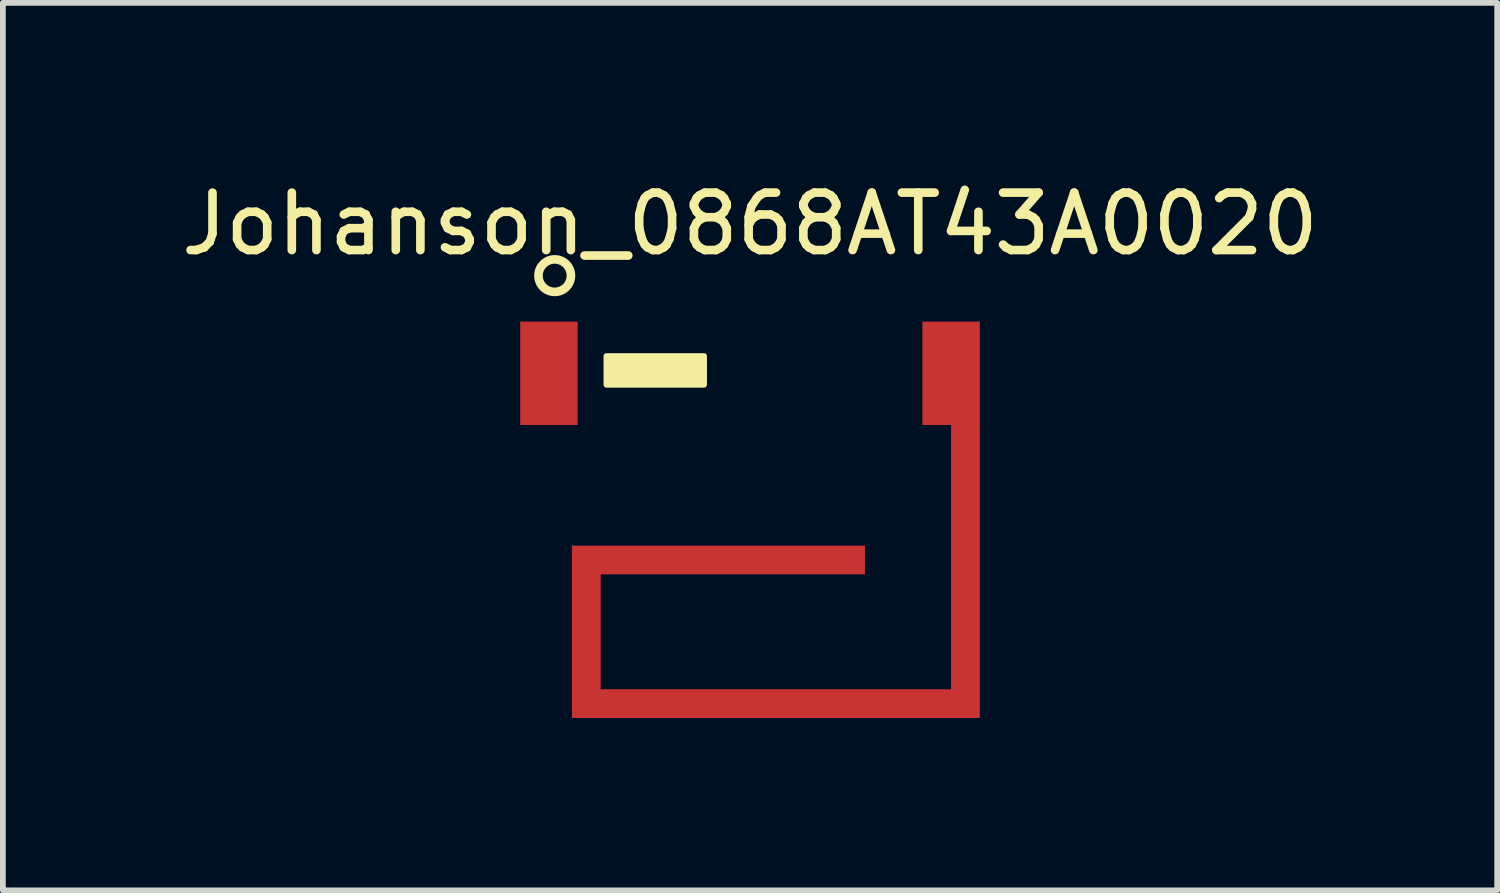
<source format=kicad_pcb>
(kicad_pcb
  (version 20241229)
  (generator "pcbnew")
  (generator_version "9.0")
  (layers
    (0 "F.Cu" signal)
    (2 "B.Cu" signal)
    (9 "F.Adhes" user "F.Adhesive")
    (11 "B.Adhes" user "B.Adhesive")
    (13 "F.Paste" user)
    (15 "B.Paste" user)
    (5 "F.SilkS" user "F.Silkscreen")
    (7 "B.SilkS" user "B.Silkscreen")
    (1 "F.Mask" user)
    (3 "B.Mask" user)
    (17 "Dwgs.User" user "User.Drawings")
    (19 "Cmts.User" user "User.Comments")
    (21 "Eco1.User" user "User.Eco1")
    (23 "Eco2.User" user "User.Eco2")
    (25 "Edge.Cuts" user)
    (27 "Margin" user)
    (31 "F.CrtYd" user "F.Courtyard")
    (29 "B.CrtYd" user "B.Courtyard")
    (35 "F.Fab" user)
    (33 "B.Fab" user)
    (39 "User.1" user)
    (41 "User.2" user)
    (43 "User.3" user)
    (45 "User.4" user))
  (footprint "Johanson_0868AT43A0020"
    (layer "F.Cu")
    (at 10.006 3.448)
    (property "Reference" "Johanson_0868AT43A0020" (at 0 -2.6 0) (layer "F.SilkS") (effects (font (size 1 1) (thickness 0.15))))
    (attr through_hole)
    (fp_poly (pts (xy 3.5 0.9) (xy 3.5 5.5) (xy -2.6 5.5) (xy -2.6 3.5) (xy 2 3.5) (xy 2 3) (xy -3.1 3) (xy -3.1 6) (xy 4 6) (xy 4 0.9)) (stroke (width 0) (type solid)) (fill yes) (layer "F.Cu"))
    (fp_circle (center -3.4 -1.7) (end -3.2 -1.5) (stroke (width 0.15) (type solid)) (fill no) (layer "F.SilkS"))
    (fp_poly (pts (xy -2.5 -0.3) (xy -0.8 -0.3) (xy -0.8 0.2) (xy -2.5 0.2)) (stroke (width 0.1) (type solid)) (fill yes) (layer "F.SilkS"))
    (pad "1" smd rect (at -3.5 0) (size 1 1.8) (layers "F.Cu" "F.Mask" "F.Paste"))
    (pad "2" smd rect (at 3.5 0) (size 1 1.8) (layers "F.Cu" "F.Mask" "F.Paste")))
  (gr_rect
    (start -3 -3)
    (end 23.012 12.448)
    (stroke (width 0.1) (type default))
    (fill no)
    (layer "Edge.Cuts")))
</source>
